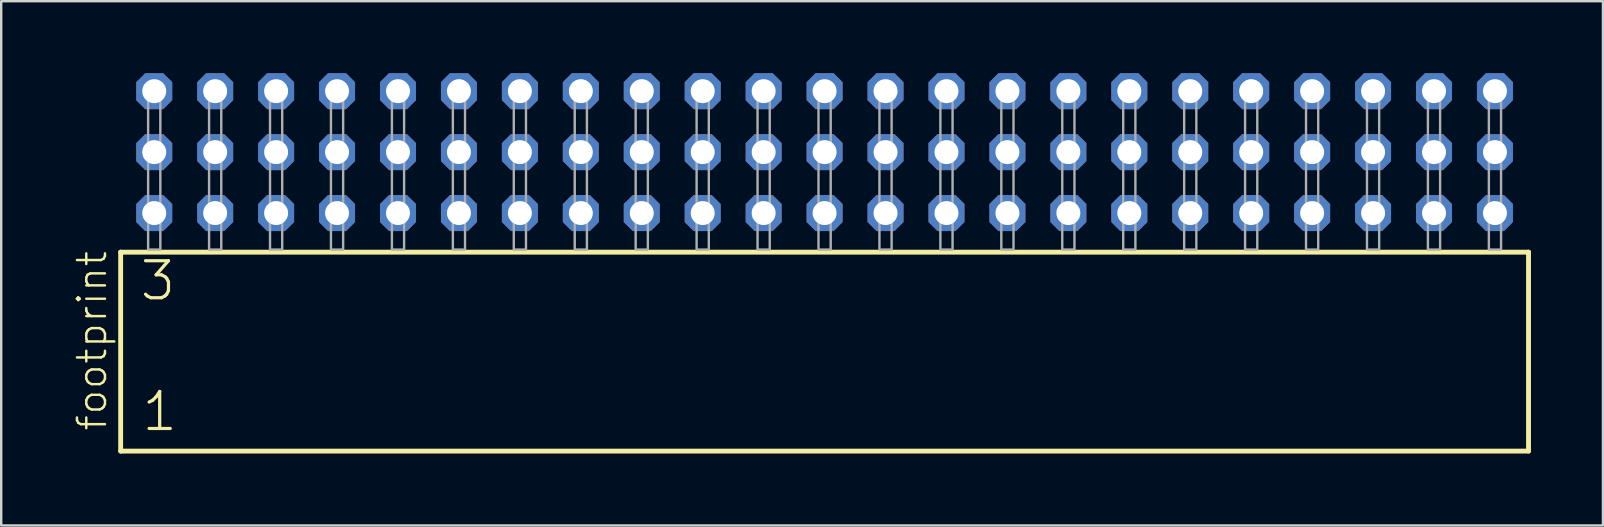
<source format=kicad_pcb>
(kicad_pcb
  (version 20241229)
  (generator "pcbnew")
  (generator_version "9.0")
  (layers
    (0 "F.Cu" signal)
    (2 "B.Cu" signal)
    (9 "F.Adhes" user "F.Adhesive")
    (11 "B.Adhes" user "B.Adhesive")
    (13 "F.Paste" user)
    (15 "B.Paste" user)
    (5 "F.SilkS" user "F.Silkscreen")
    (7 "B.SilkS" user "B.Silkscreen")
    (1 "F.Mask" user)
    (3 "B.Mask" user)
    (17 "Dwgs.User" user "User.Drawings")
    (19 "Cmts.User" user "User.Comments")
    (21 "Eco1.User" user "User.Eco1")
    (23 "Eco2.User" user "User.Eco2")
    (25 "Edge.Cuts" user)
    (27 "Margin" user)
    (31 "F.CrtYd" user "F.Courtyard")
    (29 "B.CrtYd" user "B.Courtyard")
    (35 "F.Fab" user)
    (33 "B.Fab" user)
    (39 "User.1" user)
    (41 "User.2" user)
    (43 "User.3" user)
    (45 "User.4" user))
  (footprint "footprint"
    (layer "F.Cu")
    (at 31.318 7.354)
    (property "Reference" "footprint" (at -29.845 7.62 90) (layer "F.SilkS") (effects (font (size 1.168 1.168) (thickness 0.102)) (justify left bottom)))
    (fp_line (start -29.339 0.106) (end -29.339 8.396) (stroke (width 0.203) (type solid)) (layer "F.SilkS"))
    (fp_line (start -29.339 8.396) (end 29.339 8.396) (stroke (width 0.203) (type solid)) (layer "F.SilkS"))
    (fp_line (start 29.339 0.106) (end -29.339 0.106) (stroke (width 0.203) (type solid)) (layer "F.SilkS"))
    (fp_line (start 29.339 8.396) (end 29.339 0.106) (stroke (width 0.203) (type solid)) (layer "F.SilkS"))
    (fp_poly (pts (xy -28.194 0) (xy -27.686 0) (xy -27.686 -6.858) (xy -28.194 -6.858)) (stroke (width 0.1) (type solid)) (fill no) (layer "F.Fab"))
    (fp_poly (pts (xy -25.654 0) (xy -25.146 0) (xy -25.146 -6.858) (xy -25.654 -6.858)) (stroke (width 0.1) (type solid)) (fill no) (layer "F.Fab"))
    (fp_poly (pts (xy -23.114 0) (xy -22.606 0) (xy -22.606 -6.858) (xy -23.114 -6.858)) (stroke (width 0.1) (type solid)) (fill no) (layer "F.Fab"))
    (fp_poly (pts (xy -20.574 0) (xy -20.066 0) (xy -20.066 -6.858) (xy -20.574 -6.858)) (stroke (width 0.1) (type solid)) (fill no) (layer "F.Fab"))
    (fp_poly (pts (xy -18.034 0) (xy -17.526 0) (xy -17.526 -6.858) (xy -18.034 -6.858)) (stroke (width 0.1) (type solid)) (fill no) (layer "F.Fab"))
    (fp_poly (pts (xy -15.494 0) (xy -14.986 0) (xy -14.986 -6.858) (xy -15.494 -6.858)) (stroke (width 0.1) (type solid)) (fill no) (layer "F.Fab"))
    (fp_poly (pts (xy -12.954 0) (xy -12.446 0) (xy -12.446 -6.858) (xy -12.954 -6.858)) (stroke (width 0.1) (type solid)) (fill no) (layer "F.Fab"))
    (fp_poly (pts (xy -10.414 0) (xy -9.906 0) (xy -9.906 -6.858) (xy -10.414 -6.858)) (stroke (width 0.1) (type solid)) (fill no) (layer "F.Fab"))
    (fp_poly (pts (xy -7.874 0) (xy -7.366 0) (xy -7.366 -6.858) (xy -7.874 -6.858)) (stroke (width 0.1) (type solid)) (fill no) (layer "F.Fab"))
    (fp_poly (pts (xy -5.334 0) (xy -4.826 0) (xy -4.826 -6.858) (xy -5.334 -6.858)) (stroke (width 0.1) (type solid)) (fill no) (layer "F.Fab"))
    (fp_poly (pts (xy -2.794 0) (xy -2.286 0) (xy -2.286 -6.858) (xy -2.794 -6.858)) (stroke (width 0.1) (type solid)) (fill no) (layer "F.Fab"))
    (fp_poly (pts (xy -0.254 0) (xy 0.254 0) (xy 0.254 -6.858) (xy -0.254 -6.858)) (stroke (width 0.1) (type solid)) (fill no) (layer "F.Fab"))
    (fp_poly (pts (xy 2.286 0) (xy 2.794 0) (xy 2.794 -6.858) (xy 2.286 -6.858)) (stroke (width 0.1) (type solid)) (fill no) (layer "F.Fab"))
    (fp_poly (pts (xy 4.826 0) (xy 5.334 0) (xy 5.334 -6.858) (xy 4.826 -6.858)) (stroke (width 0.1) (type solid)) (fill no) (layer "F.Fab"))
    (fp_poly (pts (xy 7.366 0) (xy 7.874 0) (xy 7.874 -6.858) (xy 7.366 -6.858)) (stroke (width 0.1) (type solid)) (fill no) (layer "F.Fab"))
    (fp_poly (pts (xy 9.906 0) (xy 10.414 0) (xy 10.414 -6.858) (xy 9.906 -6.858)) (stroke (width 0.1) (type solid)) (fill no) (layer "F.Fab"))
    (fp_poly (pts (xy 12.446 0) (xy 12.954 0) (xy 12.954 -6.858) (xy 12.446 -6.858)) (stroke (width 0.1) (type solid)) (fill no) (layer "F.Fab"))
    (fp_poly (pts (xy 14.986 0) (xy 15.494 0) (xy 15.494 -6.858) (xy 14.986 -6.858)) (stroke (width 0.1) (type solid)) (fill no) (layer "F.Fab"))
    (fp_poly (pts (xy 17.526 0) (xy 18.034 0) (xy 18.034 -6.858) (xy 17.526 -6.858)) (stroke (width 0.1) (type solid)) (fill no) (layer "F.Fab"))
    (fp_poly (pts (xy 20.066 0) (xy 20.574 0) (xy 20.574 -6.858) (xy 20.066 -6.858)) (stroke (width 0.1) (type solid)) (fill no) (layer "F.Fab"))
    (fp_poly (pts (xy 22.606 0) (xy 23.114 0) (xy 23.114 -6.858) (xy 22.606 -6.858)) (stroke (width 0.1) (type solid)) (fill no) (layer "F.Fab"))
    (fp_poly (pts (xy 25.146 0) (xy 25.654 0) (xy 25.654 -6.858) (xy 25.146 -6.858)) (stroke (width 0.1) (type solid)) (fill no) (layer "F.Fab"))
    (fp_poly (pts (xy 27.686 0) (xy 28.194 0) (xy 28.194 -6.858) (xy 27.686 -6.858)) (stroke (width 0.1) (type solid)) (fill no) (layer "F.Fab"))
    (fp_text user "1" (at -28.535 7.65 0) (layer "F.SilkS") (effects (font (size 1.542 1.542) (thickness 0.134)) (justify left bottom)))
    (fp_text user "3" (at -28.61 2.2 0) (layer "F.SilkS") (effects (font (size 1.542 1.542) (thickness 0.134)) (justify left bottom)))
    (pad "1" thru_hole roundrect (at -27.94 -1.524) (size 1.5 1.5) (drill 1) (layers "*.Cu" "*.Mask") (roundrect_rratio 0.25) (chamfer_ratio 0.25) (chamfer top_left top_right bottom_left bottom_right))
    (pad "2" thru_hole roundrect (at -27.94 -4.064) (size 1.5 1.5) (drill 1) (layers "*.Cu" "*.Mask") (roundrect_rratio 0.25) (chamfer_ratio 0.25) (chamfer top_left top_right bottom_left bottom_right))
    (pad "3" thru_hole roundrect (at -27.94 -6.604) (size 1.5 1.5) (drill 1) (layers "*.Cu" "*.Mask") (roundrect_rratio 0.25) (chamfer_ratio 0.25) (chamfer top_left top_right bottom_left bottom_right))
    (pad "4" thru_hole roundrect (at -25.4 -1.524) (size 1.5 1.5) (drill 1) (layers "*.Cu" "*.Mask") (roundrect_rratio 0.25) (chamfer_ratio 0.25) (chamfer top_left top_right bottom_left bottom_right))
    (pad "5" thru_hole roundrect (at -25.4 -4.064) (size 1.5 1.5) (drill 1) (layers "*.Cu" "*.Mask") (roundrect_rratio 0.25) (chamfer_ratio 0.25) (chamfer top_left top_right bottom_left bottom_right))
    (pad "6" thru_hole roundrect (at -25.4 -6.604) (size 1.5 1.5) (drill 1) (layers "*.Cu" "*.Mask") (roundrect_rratio 0.25) (chamfer_ratio 0.25) (chamfer top_left top_right bottom_left bottom_right))
    (pad "7" thru_hole roundrect (at -22.86 -1.524) (size 1.5 1.5) (drill 1) (layers "*.Cu" "*.Mask") (roundrect_rratio 0.25) (chamfer_ratio 0.25) (chamfer top_left top_right bottom_left bottom_right))
    (pad "8" thru_hole roundrect (at -22.86 -4.064) (size 1.5 1.5) (drill 1) (layers "*.Cu" "*.Mask") (roundrect_rratio 0.25) (chamfer_ratio 0.25) (chamfer top_left top_right bottom_left bottom_right))
    (pad "9" thru_hole roundrect (at -22.86 -6.604) (size 1.5 1.5) (drill 1) (layers "*.Cu" "*.Mask") (roundrect_rratio 0.25) (chamfer_ratio 0.25) (chamfer top_left top_right bottom_left bottom_right))
    (pad "10" thru_hole roundrect (at -20.32 -1.524) (size 1.5 1.5) (drill 1) (layers "*.Cu" "*.Mask") (roundrect_rratio 0.25) (chamfer_ratio 0.25) (chamfer top_left top_right bottom_left bottom_right))
    (pad "11" thru_hole roundrect (at -20.32 -4.064) (size 1.5 1.5) (drill 1) (layers "*.Cu" "*.Mask") (roundrect_rratio 0.25) (chamfer_ratio 0.25) (chamfer top_left top_right bottom_left bottom_right))
    (pad "12" thru_hole roundrect (at -20.32 -6.604) (size 1.5 1.5) (drill 1) (layers "*.Cu" "*.Mask") (roundrect_rratio 0.25) (chamfer_ratio 0.25) (chamfer top_left top_right bottom_left bottom_right))
    (pad "13" thru_hole roundrect (at -17.78 -1.524) (size 1.5 1.5) (drill 1) (layers "*.Cu" "*.Mask") (roundrect_rratio 0.25) (chamfer_ratio 0.25) (chamfer top_left top_right bottom_left bottom_right))
    (pad "14" thru_hole roundrect (at -17.78 -4.064) (size 1.5 1.5) (drill 1) (layers "*.Cu" "*.Mask") (roundrect_rratio 0.25) (chamfer_ratio 0.25) (chamfer top_left top_right bottom_left bottom_right))
    (pad "15" thru_hole roundrect (at -17.78 -6.604) (size 1.5 1.5) (drill 1) (layers "*.Cu" "*.Mask") (roundrect_rratio 0.25) (chamfer_ratio 0.25) (chamfer top_left top_right bottom_left bottom_right))
    (pad "16" thru_hole roundrect (at -15.24 -1.524) (size 1.5 1.5) (drill 1) (layers "*.Cu" "*.Mask") (roundrect_rratio 0.25) (chamfer_ratio 0.25) (chamfer top_left top_right bottom_left bottom_right))
    (pad "17" thru_hole roundrect (at -15.24 -4.064) (size 1.5 1.5) (drill 1) (layers "*.Cu" "*.Mask") (roundrect_rratio 0.25) (chamfer_ratio 0.25) (chamfer top_left top_right bottom_left bottom_right))
    (pad "18" thru_hole roundrect (at -15.24 -6.604) (size 1.5 1.5) (drill 1) (layers "*.Cu" "*.Mask") (roundrect_rratio 0.25) (chamfer_ratio 0.25) (chamfer top_left top_right bottom_left bottom_right))
    (pad "19" thru_hole roundrect (at -12.7 -1.524) (size 1.5 1.5) (drill 1) (layers "*.Cu" "*.Mask") (roundrect_rratio 0.25) (chamfer_ratio 0.25) (chamfer top_left top_right bottom_left bottom_right))
    (pad "20" thru_hole roundrect (at -12.7 -4.064) (size 1.5 1.5) (drill 1) (layers "*.Cu" "*.Mask") (roundrect_rratio 0.25) (chamfer_ratio 0.25) (chamfer top_left top_right bottom_left bottom_right))
    (pad "21" thru_hole roundrect (at -12.7 -6.604) (size 1.5 1.5) (drill 1) (layers "*.Cu" "*.Mask") (roundrect_rratio 0.25) (chamfer_ratio 0.25) (chamfer top_left top_right bottom_left bottom_right))
    (pad "22" thru_hole roundrect (at -10.16 -1.524) (size 1.5 1.5) (drill 1) (layers "*.Cu" "*.Mask") (roundrect_rratio 0.25) (chamfer_ratio 0.25) (chamfer top_left top_right bottom_left bottom_right))
    (pad "23" thru_hole roundrect (at -10.16 -4.064) (size 1.5 1.5) (drill 1) (layers "*.Cu" "*.Mask") (roundrect_rratio 0.25) (chamfer_ratio 0.25) (chamfer top_left top_right bottom_left bottom_right))
    (pad "24" thru_hole roundrect (at -10.16 -6.604) (size 1.5 1.5) (drill 1) (layers "*.Cu" "*.Mask") (roundrect_rratio 0.25) (chamfer_ratio 0.25) (chamfer top_left top_right bottom_left bottom_right))
    (pad "25" thru_hole roundrect (at -7.62 -1.524) (size 1.5 1.5) (drill 1) (layers "*.Cu" "*.Mask") (roundrect_rratio 0.25) (chamfer_ratio 0.25) (chamfer top_left top_right bottom_left bottom_right))
    (pad "26" thru_hole roundrect (at -7.62 -4.064) (size 1.5 1.5) (drill 1) (layers "*.Cu" "*.Mask") (roundrect_rratio 0.25) (chamfer_ratio 0.25) (chamfer top_left top_right bottom_left bottom_right))
    (pad "27" thru_hole roundrect (at -7.62 -6.604) (size 1.5 1.5) (drill 1) (layers "*.Cu" "*.Mask") (roundrect_rratio 0.25) (chamfer_ratio 0.25) (chamfer top_left top_right bottom_left bottom_right))
    (pad "28" thru_hole roundrect (at -5.08 -1.524) (size 1.5 1.5) (drill 1) (layers "*.Cu" "*.Mask") (roundrect_rratio 0.25) (chamfer_ratio 0.25) (chamfer top_left top_right bottom_left bottom_right))
    (pad "29" thru_hole roundrect (at -5.08 -4.064) (size 1.5 1.5) (drill 1) (layers "*.Cu" "*.Mask") (roundrect_rratio 0.25) (chamfer_ratio 0.25) (chamfer top_left top_right bottom_left bottom_right))
    (pad "30" thru_hole roundrect (at -5.08 -6.604) (size 1.5 1.5) (drill 1) (layers "*.Cu" "*.Mask") (roundrect_rratio 0.25) (chamfer_ratio 0.25) (chamfer top_left top_right bottom_left bottom_right))
    (pad "31" thru_hole roundrect (at -2.54 -1.524) (size 1.5 1.5) (drill 1) (layers "*.Cu" "*.Mask") (roundrect_rratio 0.25) (chamfer_ratio 0.25) (chamfer top_left top_right bottom_left bottom_right))
    (pad "32" thru_hole roundrect (at -2.54 -4.064) (size 1.5 1.5) (drill 1) (layers "*.Cu" "*.Mask") (roundrect_rratio 0.25) (chamfer_ratio 0.25) (chamfer top_left top_right bottom_left bottom_right))
    (pad "33" thru_hole roundrect (at -2.54 -6.604) (size 1.5 1.5) (drill 1) (layers "*.Cu" "*.Mask") (roundrect_rratio 0.25) (chamfer_ratio 0.25) (chamfer top_left top_right bottom_left bottom_right))
    (pad "34" thru_hole roundrect (at 0 -1.524) (size 1.5 1.5) (drill 1) (layers "*.Cu" "*.Mask") (roundrect_rratio 0.25) (chamfer_ratio 0.25) (chamfer top_left top_right bottom_left bottom_right))
    (pad "35" thru_hole roundrect (at 0 -4.064) (size 1.5 1.5) (drill 1) (layers "*.Cu" "*.Mask") (roundrect_rratio 0.25) (chamfer_ratio 0.25) (chamfer top_left top_right bottom_left bottom_right))
    (pad "36" thru_hole roundrect (at 0 -6.604) (size 1.5 1.5) (drill 1) (layers "*.Cu" "*.Mask") (roundrect_rratio 0.25) (chamfer_ratio 0.25) (chamfer top_left top_right bottom_left bottom_right))
    (pad "37" thru_hole roundrect (at 2.54 -1.524) (size 1.5 1.5) (drill 1) (layers "*.Cu" "*.Mask") (roundrect_rratio 0.25) (chamfer_ratio 0.25) (chamfer top_left top_right bottom_left bottom_right))
    (pad "38" thru_hole roundrect (at 2.54 -4.064) (size 1.5 1.5) (drill 1) (layers "*.Cu" "*.Mask") (roundrect_rratio 0.25) (chamfer_ratio 0.25) (chamfer top_left top_right bottom_left bottom_right))
    (pad "39" thru_hole roundrect (at 2.54 -6.604) (size 1.5 1.5) (drill 1) (layers "*.Cu" "*.Mask") (roundrect_rratio 0.25) (chamfer_ratio 0.25) (chamfer top_left top_right bottom_left bottom_right))
    (pad "40" thru_hole roundrect (at 5.08 -1.524) (size 1.5 1.5) (drill 1) (layers "*.Cu" "*.Mask") (roundrect_rratio 0.25) (chamfer_ratio 0.25) (chamfer top_left top_right bottom_left bottom_right))
    (pad "41" thru_hole roundrect (at 5.08 -4.064) (size 1.5 1.5) (drill 1) (layers "*.Cu" "*.Mask") (roundrect_rratio 0.25) (chamfer_ratio 0.25) (chamfer top_left top_right bottom_left bottom_right))
    (pad "42" thru_hole roundrect (at 5.08 -6.604) (size 1.5 1.5) (drill 1) (layers "*.Cu" "*.Mask") (roundrect_rratio 0.25) (chamfer_ratio 0.25) (chamfer top_left top_right bottom_left bottom_right))
    (pad "43" thru_hole roundrect (at 7.62 -1.524) (size 1.5 1.5) (drill 1) (layers "*.Cu" "*.Mask") (roundrect_rratio 0.25) (chamfer_ratio 0.25) (chamfer top_left top_right bottom_left bottom_right))
    (pad "44" thru_hole roundrect (at 7.62 -4.064) (size 1.5 1.5) (drill 1) (layers "*.Cu" "*.Mask") (roundrect_rratio 0.25) (chamfer_ratio 0.25) (chamfer top_left top_right bottom_left bottom_right))
    (pad "45" thru_hole roundrect (at 7.62 -6.604) (size 1.5 1.5) (drill 1) (layers "*.Cu" "*.Mask") (roundrect_rratio 0.25) (chamfer_ratio 0.25) (chamfer top_left top_right bottom_left bottom_right))
    (pad "46" thru_hole roundrect (at 10.16 -1.524) (size 1.5 1.5) (drill 1) (layers "*.Cu" "*.Mask") (roundrect_rratio 0.25) (chamfer_ratio 0.25) (chamfer top_left top_right bottom_left bottom_right))
    (pad "47" thru_hole roundrect (at 10.16 -4.064) (size 1.5 1.5) (drill 1) (layers "*.Cu" "*.Mask") (roundrect_rratio 0.25) (chamfer_ratio 0.25) (chamfer top_left top_right bottom_left bottom_right))
    (pad "48" thru_hole roundrect (at 10.16 -6.604) (size 1.5 1.5) (drill 1) (layers "*.Cu" "*.Mask") (roundrect_rratio 0.25) (chamfer_ratio 0.25) (chamfer top_left top_right bottom_left bottom_right))
    (pad "49" thru_hole roundrect (at 12.7 -1.524) (size 1.5 1.5) (drill 1) (layers "*.Cu" "*.Mask") (roundrect_rratio 0.25) (chamfer_ratio 0.25) (chamfer top_left top_right bottom_left bottom_right))
    (pad "50" thru_hole roundrect (at 12.7 -4.064) (size 1.5 1.5) (drill 1) (layers "*.Cu" "*.Mask") (roundrect_rratio 0.25) (chamfer_ratio 0.25) (chamfer top_left top_right bottom_left bottom_right))
    (pad "51" thru_hole roundrect (at 12.7 -6.604) (size 1.5 1.5) (drill 1) (layers "*.Cu" "*.Mask") (roundrect_rratio 0.25) (chamfer_ratio 0.25) (chamfer top_left top_right bottom_left bottom_right))
    (pad "52" thru_hole roundrect (at 15.24 -1.524) (size 1.5 1.5) (drill 1) (layers "*.Cu" "*.Mask") (roundrect_rratio 0.25) (chamfer_ratio 0.25) (chamfer top_left top_right bottom_left bottom_right))
    (pad "53" thru_hole roundrect (at 15.24 -4.064) (size 1.5 1.5) (drill 1) (layers "*.Cu" "*.Mask") (roundrect_rratio 0.25) (chamfer_ratio 0.25) (chamfer top_left top_right bottom_left bottom_right))
    (pad "54" thru_hole roundrect (at 15.24 -6.604) (size 1.5 1.5) (drill 1) (layers "*.Cu" "*.Mask") (roundrect_rratio 0.25) (chamfer_ratio 0.25) (chamfer top_left top_right bottom_left bottom_right))
    (pad "55" thru_hole roundrect (at 17.78 -1.524) (size 1.5 1.5) (drill 1) (layers "*.Cu" "*.Mask") (roundrect_rratio 0.25) (chamfer_ratio 0.25) (chamfer top_left top_right bottom_left bottom_right))
    (pad "56" thru_hole roundrect (at 17.78 -4.064) (size 1.5 1.5) (drill 1) (layers "*.Cu" "*.Mask") (roundrect_rratio 0.25) (chamfer_ratio 0.25) (chamfer top_left top_right bottom_left bottom_right))
    (pad "57" thru_hole roundrect (at 17.78 -6.604) (size 1.5 1.5) (drill 1) (layers "*.Cu" "*.Mask") (roundrect_rratio 0.25) (chamfer_ratio 0.25) (chamfer top_left top_right bottom_left bottom_right))
    (pad "58" thru_hole roundrect (at 20.32 -1.524) (size 1.5 1.5) (drill 1) (layers "*.Cu" "*.Mask") (roundrect_rratio 0.25) (chamfer_ratio 0.25) (chamfer top_left top_right bottom_left bottom_right))
    (pad "59" thru_hole roundrect (at 20.32 -4.064) (size 1.5 1.5) (drill 1) (layers "*.Cu" "*.Mask") (roundrect_rratio 0.25) (chamfer_ratio 0.25) (chamfer top_left top_right bottom_left bottom_right))
    (pad "60" thru_hole roundrect (at 20.32 -6.604) (size 1.5 1.5) (drill 1) (layers "*.Cu" "*.Mask") (roundrect_rratio 0.25) (chamfer_ratio 0.25) (chamfer top_left top_right bottom_left bottom_right))
    (pad "61" thru_hole roundrect (at 22.86 -1.524) (size 1.5 1.5) (drill 1) (layers "*.Cu" "*.Mask") (roundrect_rratio 0.25) (chamfer_ratio 0.25) (chamfer top_left top_right bottom_left bottom_right))
    (pad "62" thru_hole roundrect (at 22.86 -4.064) (size 1.5 1.5) (drill 1) (layers "*.Cu" "*.Mask") (roundrect_rratio 0.25) (chamfer_ratio 0.25) (chamfer top_left top_right bottom_left bottom_right))
    (pad "63" thru_hole roundrect (at 22.86 -6.604) (size 1.5 1.5) (drill 1) (layers "*.Cu" "*.Mask") (roundrect_rratio 0.25) (chamfer_ratio 0.25) (chamfer top_left top_right bottom_left bottom_right))
    (pad "64" thru_hole roundrect (at 25.4 -1.524) (size 1.5 1.5) (drill 1) (layers "*.Cu" "*.Mask") (roundrect_rratio 0.25) (chamfer_ratio 0.25) (chamfer top_left top_right bottom_left bottom_right))
    (pad "65" thru_hole roundrect (at 25.4 -4.064) (size 1.5 1.5) (drill 1) (layers "*.Cu" "*.Mask") (roundrect_rratio 0.25) (chamfer_ratio 0.25) (chamfer top_left top_right bottom_left bottom_right))
    (pad "66" thru_hole roundrect (at 25.4 -6.604) (size 1.5 1.5) (drill 1) (layers "*.Cu" "*.Mask") (roundrect_rratio 0.25) (chamfer_ratio 0.25) (chamfer top_left top_right bottom_left bottom_right))
    (pad "67" thru_hole roundrect (at 27.94 -1.524) (size 1.5 1.5) (drill 1) (layers "*.Cu" "*.Mask") (roundrect_rratio 0.25) (chamfer_ratio 0.25) (chamfer top_left top_right bottom_left bottom_right))
    (pad "68" thru_hole roundrect (at 27.94 -4.064) (size 1.5 1.5) (drill 1) (layers "*.Cu" "*.Mask") (roundrect_rratio 0.25) (chamfer_ratio 0.25) (chamfer top_left top_right bottom_left bottom_right))
    (pad "69" thru_hole roundrect (at 27.94 -6.604) (size 1.5 1.5) (drill 1) (layers "*.Cu" "*.Mask") (roundrect_rratio 0.25) (chamfer_ratio 0.25) (chamfer top_left top_right bottom_left bottom_right)))
  (gr_rect
    (start -3 -3)
    (end 63.759 18.852)
    (stroke (width 0.1) (type default))
    (fill no)
    (layer "Edge.Cuts")))
</source>
